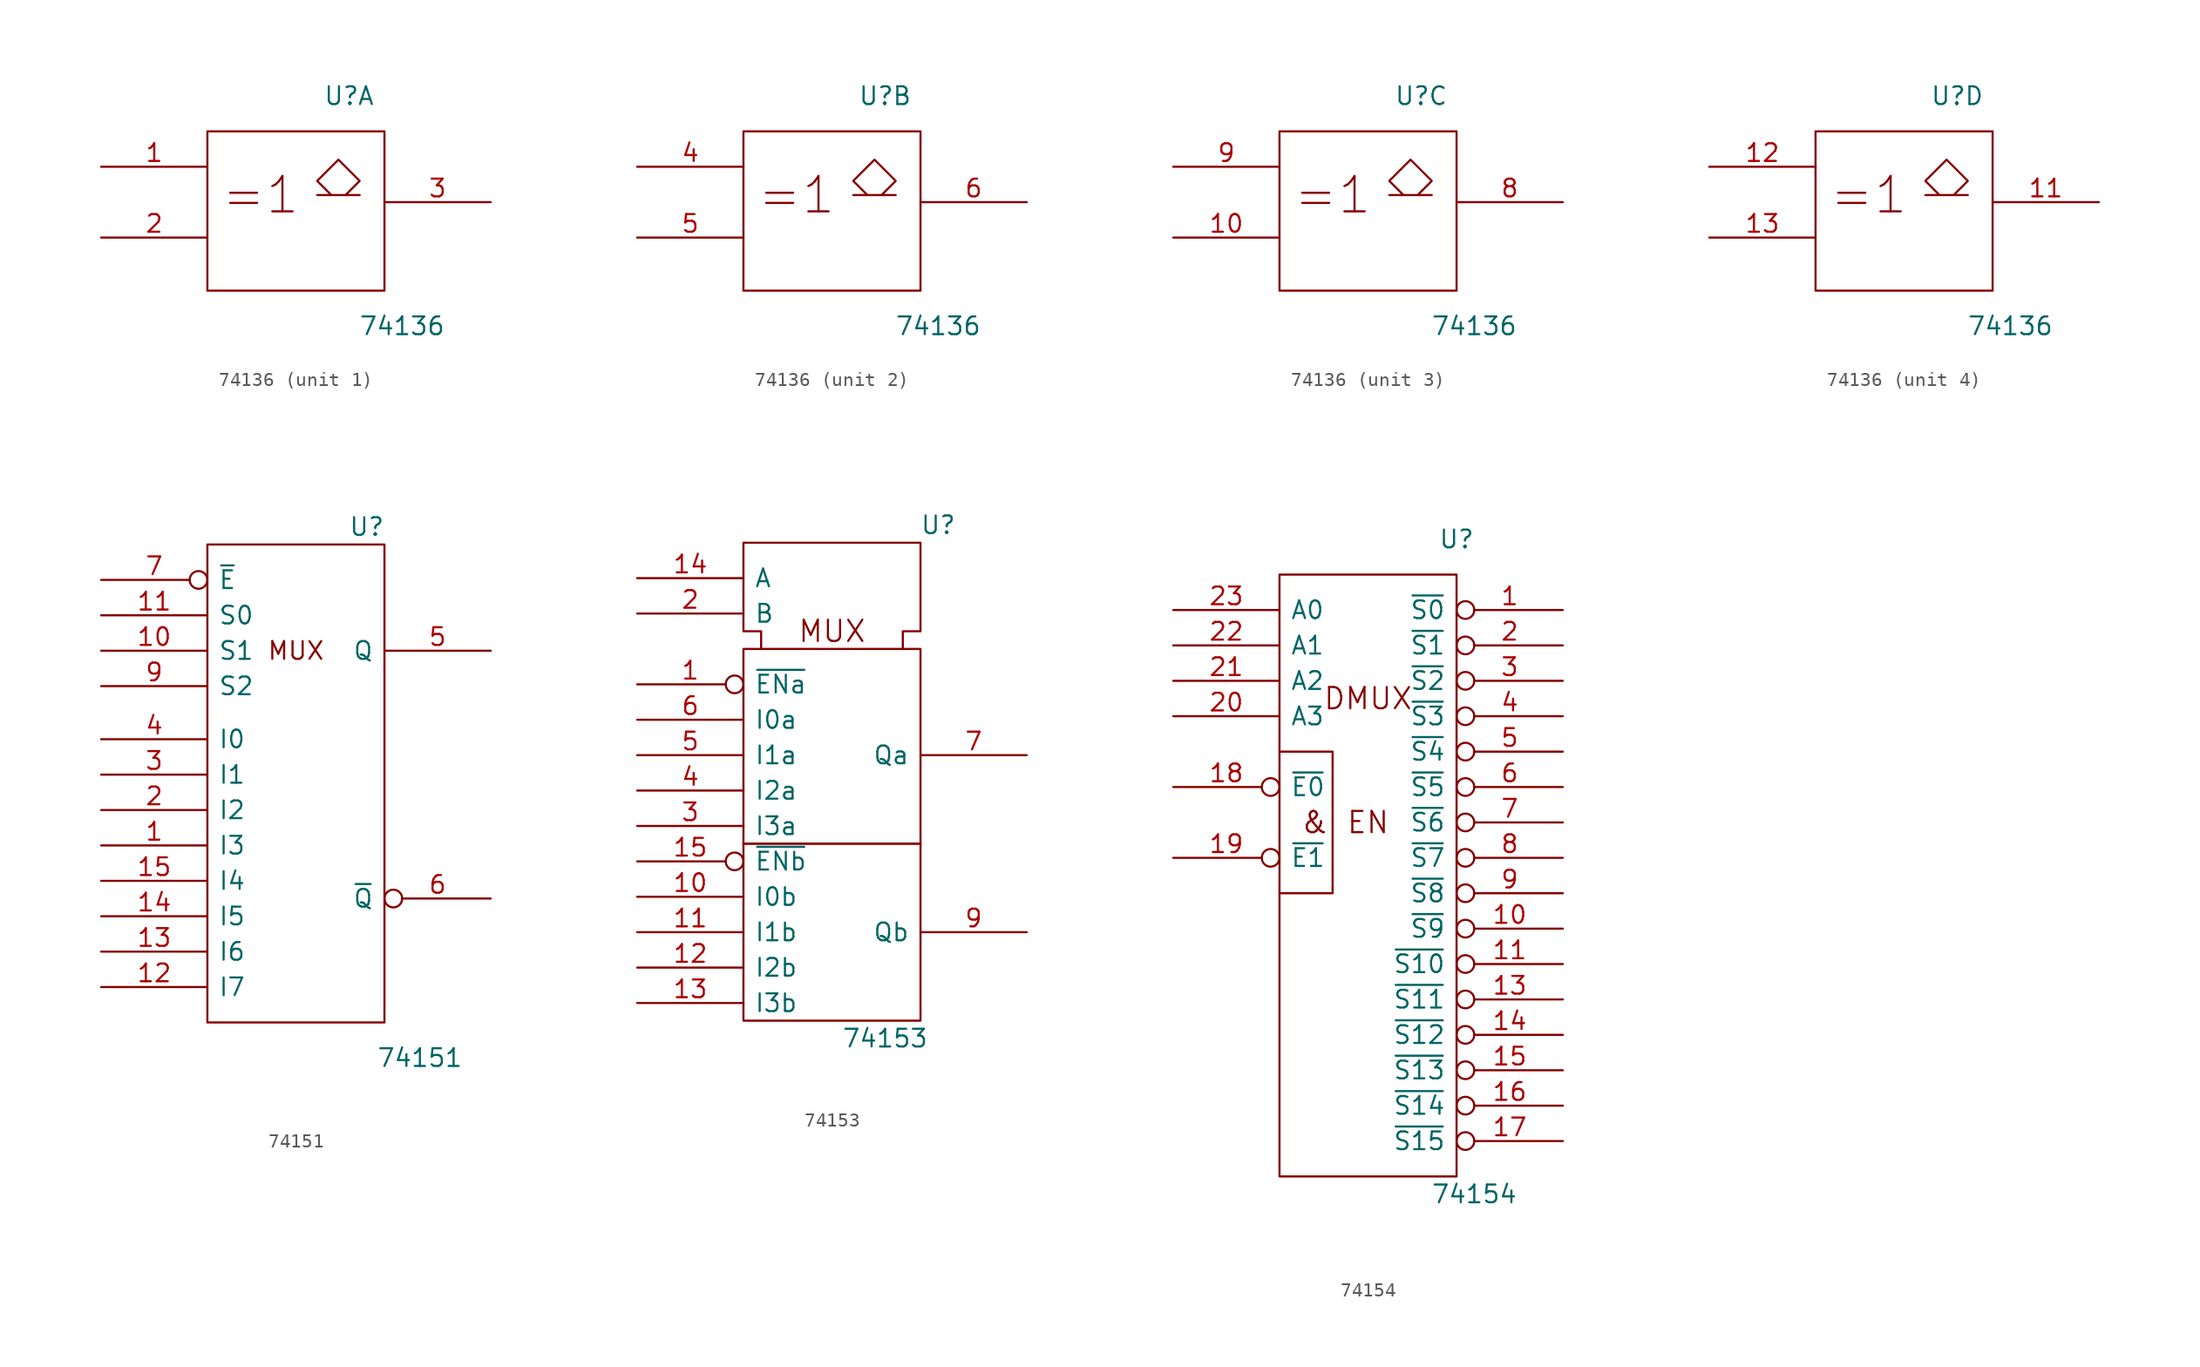
<source format=kicad_sym>
(kicad_symbol_lib
  (version 20201005)
  (generator kicad_symbol_editor)
  (symbol "74xx_IEEE:74136"
    (pin_names
      (offset 0.762))
    (property "Reference" "U"
      (at 3.81 7.62 0)
      (effects (font (size 1.27 1.27))))
    (property "Value" "74136"
      (at 7.62 -8.89 0)
      (effects (font (size 1.27 1.27))))
    (symbol "74136_0_1"
      (text "=1" (at -2.54 0.508 0) (effects (font (size 2.54 2.54))))
      (rectangle (start -6.35 5.08) (end 6.35 -6.35) (stroke (width 0)) (fill (type none)))
      (polyline (pts (xy 3.556 0.508) (xy 4.572 1.524) (xy 3.048 3.048) (xy 1.524 1.524) (xy 2.54 0.508) (xy 1.524 0.508) (xy 4.572 0.508) (xy 4.572 0.508)) (stroke (width 0)) (fill (type none)))
      (pin power_in line (at 0 5.08 270) (length 0) hide (name "Vcc" (effects (font (size 1.27 1.27)))) (number "14" (effects (font (size 1.27 1.27)))))
      (pin power_in line (at 0 -6.35 90) (length 0) hide (name "Gnd" (effects (font (size 1.27 1.27)))) (number "7" (effects (font (size 1.27 1.27))))))
    (symbol "74136_1_1"
      (pin input line (at -13.97 2.54 0) (length 7.62) (name "~" (effects (font (size 1.27 1.27)))) (number "1" (effects (font (size 1.27 1.27)))))
      (pin input line (at -13.97 -2.54 0) (length 7.62) (name "~" (effects (font (size 1.27 1.27)))) (number "2" (effects (font (size 1.27 1.27)))))
      (pin open_collector line (at 13.97 0 180) (length 7.62) (name "~" (effects (font (size 1.27 1.27)))) (number "3" (effects (font (size 1.27 1.27))))))
    (symbol "74136_2_1"
      (pin input line (at -13.97 2.54 0) (length 7.62) (name "~" (effects (font (size 1.27 1.27)))) (number "4" (effects (font (size 1.27 1.27)))))
      (pin input line (at -13.97 -2.54 0) (length 7.62) (name "~" (effects (font (size 1.27 1.27)))) (number "5" (effects (font (size 1.27 1.27)))))
      (pin open_collector line (at 13.97 0 180) (length 7.62) (name "~" (effects (font (size 1.27 1.27)))) (number "6" (effects (font (size 1.27 1.27))))))
    (symbol "74136_3_1"
      (pin input line (at -13.97 -2.54 0) (length 7.62) (name "~" (effects (font (size 1.27 1.27)))) (number "10" (effects (font (size 1.27 1.27)))))
      (pin open_collector line (at 13.97 0 180) (length 7.62) (name "~" (effects (font (size 1.27 1.27)))) (number "8" (effects (font (size 1.27 1.27)))))
      (pin input line (at -13.97 2.54 0) (length 7.62) (name "~" (effects (font (size 1.27 1.27)))) (number "9" (effects (font (size 1.27 1.27))))))
    (symbol "74136_4_1"
      (pin open_collector line (at 13.97 0 180) (length 7.62) (name "~" (effects (font (size 1.27 1.27)))) (number "11" (effects (font (size 1.27 1.27)))))
      (pin input line (at -13.97 2.54 0) (length 7.62) (name "~" (effects (font (size 1.27 1.27)))) (number "12" (effects (font (size 1.27 1.27)))))
      (pin input line (at -13.97 -2.54 0) (length 7.62) (name "~" (effects (font (size 1.27 1.27)))) (number "13" (effects (font (size 1.27 1.27)))))))
  (symbol "74xx_IEEE:74151"
    (pin_names
      (offset 0.762))
    (property "Reference" "U"
      (at 5.08 17.78 0)
      (effects (font (size 1.27 1.27))))
    (property "Value" "74151"
      (at 8.89 -20.32 0)
      (effects (font (size 1.27 1.27))))
    (symbol "74151_0_0"
      (text "MUX" (at 0 8.89 0) (effects (font (size 1.27 1.27))))
      (rectangle (start -6.35 16.51) (end 6.35 -17.78) (stroke (width 0)) (fill (type none)))
      (pin power_in line (at 0 16.51 270) (length 0) hide (name "VCC" (effects (font (size 1.27 1.27)))) (number "16" (effects (font (size 1.27 1.27)))))
      (pin power_in line (at 0 -17.78 90) (length 0) hide (name "GND" (effects (font (size 1.27 1.27)))) (number "8" (effects (font (size 1.27 1.27))))))
    (symbol "74151_1_1"
      (pin input line (at -13.97 -5.08 0) (length 7.62) (name "I3" (effects (font (size 1.27 1.27)))) (number "1" (effects (font (size 1.27 1.27)))))
      (pin input line (at -13.97 8.89 0) (length 7.62) (name "S1" (effects (font (size 1.27 1.27)))) (number "10" (effects (font (size 1.27 1.27)))))
      (pin input line (at -13.97 11.43 0) (length 7.62) (name "S0" (effects (font (size 1.27 1.27)))) (number "11" (effects (font (size 1.27 1.27)))))
      (pin input line (at -13.97 -15.24 0) (length 7.62) (name "I7" (effects (font (size 1.27 1.27)))) (number "12" (effects (font (size 1.27 1.27)))))
      (pin input line (at -13.97 -12.7 0) (length 7.62) (name "I6" (effects (font (size 1.27 1.27)))) (number "13" (effects (font (size 1.27 1.27)))))
      (pin input line (at -13.97 -10.16 0) (length 7.62) (name "I5" (effects (font (size 1.27 1.27)))) (number "14" (effects (font (size 1.27 1.27)))))
      (pin input line (at -13.97 -7.62 0) (length 7.62) (name "I4" (effects (font (size 1.27 1.27)))) (number "15" (effects (font (size 1.27 1.27)))))
      (pin input line (at -13.97 -2.54 0) (length 7.62) (name "I2" (effects (font (size 1.27 1.27)))) (number "2" (effects (font (size 1.27 1.27)))))
      (pin input line (at -13.97 0 0) (length 7.62) (name "I1" (effects (font (size 1.27 1.27)))) (number "3" (effects (font (size 1.27 1.27)))))
      (pin input line (at -13.97 2.54 0) (length 7.62) (name "I0" (effects (font (size 1.27 1.27)))) (number "4" (effects (font (size 1.27 1.27)))))
      (pin output line (at 13.97 8.89 180) (length 7.62) (name "Q" (effects (font (size 1.27 1.27)))) (number "5" (effects (font (size 1.27 1.27)))))
      (pin output inverted (at 13.97 -8.89 180) (length 7.62) (name "~Q" (effects (font (size 1.27 1.27)))) (number "6" (effects (font (size 1.27 1.27)))))
      (pin input inverted (at -13.97 13.97 0) (length 7.62) (name "~E" (effects (font (size 1.27 1.27)))) (number "7" (effects (font (size 1.27 1.27)))))
      (pin input line (at -13.97 6.35 0) (length 7.62) (name "S2" (effects (font (size 1.27 1.27)))) (number "9" (effects (font (size 1.27 1.27)))))))
  (symbol "74xx_IEEE:74153"
    (pin_names
      (offset 0.762))
    (property "Reference" "U"
      (at 7.62 20.32 0)
      (effects (font (size 1.27 1.27))))
    (property "Value" "74153"
      (at 3.81 -16.51 0)
      (effects (font (size 1.27 1.27))))
    (symbol "74153_0_0"
      (text "MUX" (at 0 12.7 0) (effects (font (size 1.524 1.524))))
      (rectangle (start -6.35 -2.54) (end 6.35 -15.24) (stroke (width 0)) (fill (type none)))
      (rectangle (start -6.35 11.43) (end 6.35 -2.54) (stroke (width 0)) (fill (type none)))
      (polyline (pts (xy -5.08 11.43) (xy -5.08 12.7) (xy -6.35 12.7) (xy -6.35 19.05) (xy 6.35 19.05) (xy 6.35 12.7) (xy 5.08 12.7) (xy 5.08 11.43) (xy 5.08 11.43)) (stroke (width 0)) (fill (type none)))
      (pin power_in line (at 5.08 19.05 270) (length 0) hide (name "VCC" (effects (font (size 1.27 1.27)))) (number "16" (effects (font (size 1.27 1.27)))))
      (pin power_in line (at 0 19.05 270) (length 0) hide (name "GND" (effects (font (size 1.27 1.27)))) (number "8" (effects (font (size 1.27 1.27))))))
    (symbol "74153_1_1"
      (pin input inverted (at -13.97 8.89 0) (length 7.62) (name "~ENa" (effects (font (size 1.27 1.27)))) (number "1" (effects (font (size 1.27 1.27)))))
      (pin input line (at -13.97 -6.35 0) (length 7.62) (name "I0b" (effects (font (size 1.27 1.27)))) (number "10" (effects (font (size 1.27 1.27)))))
      (pin input line (at -13.97 -8.89 0) (length 7.62) (name "I1b" (effects (font (size 1.27 1.27)))) (number "11" (effects (font (size 1.27 1.27)))))
      (pin input line (at -13.97 -11.43 0) (length 7.62) (name "I2b" (effects (font (size 1.27 1.27)))) (number "12" (effects (font (size 1.27 1.27)))))
      (pin input line (at -13.97 -13.97 0) (length 7.62) (name "I3b" (effects (font (size 1.27 1.27)))) (number "13" (effects (font (size 1.27 1.27)))))
      (pin input line (at -13.97 16.51 0) (length 7.62) (name "A" (effects (font (size 1.27 1.27)))) (number "14" (effects (font (size 1.27 1.27)))))
      (pin input inverted (at -13.97 -3.81 0) (length 7.62) (name "~ENb" (effects (font (size 1.27 1.27)))) (number "15" (effects (font (size 1.27 1.27)))))
      (pin input line (at -13.97 13.97 0) (length 7.62) (name "B" (effects (font (size 1.27 1.27)))) (number "2" (effects (font (size 1.27 1.27)))))
      (pin input line (at -13.97 -1.27 0) (length 7.62) (name "I3a" (effects (font (size 1.27 1.27)))) (number "3" (effects (font (size 1.27 1.27)))))
      (pin input line (at -13.97 1.27 0) (length 7.62) (name "I2a" (effects (font (size 1.27 1.27)))) (number "4" (effects (font (size 1.27 1.27)))))
      (pin input line (at -13.97 3.81 0) (length 7.62) (name "I1a" (effects (font (size 1.27 1.27)))) (number "5" (effects (font (size 1.27 1.27)))))
      (pin input line (at -13.97 6.35 0) (length 7.62) (name "I0a" (effects (font (size 1.27 1.27)))) (number "6" (effects (font (size 1.27 1.27)))))
      (pin output line (at 13.97 3.81 180) (length 7.62) (name "Qa" (effects (font (size 1.27 1.27)))) (number "7" (effects (font (size 1.27 1.27)))))
      (pin output line (at 13.97 -8.89 180) (length 7.62) (name "Qb" (effects (font (size 1.27 1.27)))) (number "9" (effects (font (size 1.27 1.27)))))))
  (symbol "74xx_IEEE:74154"
    (pin_names
      (offset 0.762))
    (property "Reference" "U"
      (at 6.35 25.4 0)
      (effects (font (size 1.27 1.27))))
    (property "Value" "74154"
      (at 7.62 -21.59 0)
      (effects (font (size 1.27 1.27))))
    (symbol "74154_0_0"
      (text "&" (at -3.81 5.08 0) (effects (font (size 1.524 1.524))))
      (text "DMUX" (at 0 13.97 0) (effects (font (size 1.524 1.524))))
      (text "EN" (at 0 5.08 0) (effects (font (size 1.524 1.524))))
      (rectangle (start -6.35 22.86) (end 6.35 -20.32) (stroke (width 0)) (fill (type none)))
      (polyline (pts (xy -6.35 10.16) (xy -2.54 10.16) (xy -2.54 0) (xy -6.35 0) (xy -6.35 0)) (stroke (width 0)) (fill (type none)))
      (pin power_in line (at 0 -20.32 90) (length 0) hide (name "GND" (effects (font (size 1.27 1.27)))) (number "12" (effects (font (size 1.27 1.27)))))
      (pin power_in line (at 0 22.86 270) (length 0) hide (name "VCC" (effects (font (size 1.27 1.27)))) (number "24" (effects (font (size 1.27 1.27))))))
    (symbol "74154_1_1"
      (pin output inverted (at 13.97 20.32 180) (length 7.62) (name "~S0" (effects (font (size 1.27 1.27)))) (number "1" (effects (font (size 1.27 1.27)))))
      (pin output inverted (at 13.97 -2.54 180) (length 7.62) (name "~S9" (effects (font (size 1.27 1.27)))) (number "10" (effects (font (size 1.27 1.27)))))
      (pin output inverted (at 13.97 -5.08 180) (length 7.62) (name "~S10" (effects (font (size 1.27 1.27)))) (number "11" (effects (font (size 1.27 1.27)))))
      (pin output inverted (at 13.97 -7.62 180) (length 7.62) (name "~S11" (effects (font (size 1.27 1.27)))) (number "13" (effects (font (size 1.27 1.27)))))
      (pin output inverted (at 13.97 -10.16 180) (length 7.62) (name "~S12" (effects (font (size 1.27 1.27)))) (number "14" (effects (font (size 1.27 1.27)))))
      (pin input inverted (at 13.97 -12.7 180) (length 7.62) (name "~S13" (effects (font (size 1.27 1.27)))) (number "15" (effects (font (size 1.27 1.27)))))
      (pin output inverted (at 13.97 -15.24 180) (length 7.62) (name "~S14" (effects (font (size 1.27 1.27)))) (number "16" (effects (font (size 1.27 1.27)))))
      (pin output inverted (at 13.97 -17.78 180) (length 7.62) (name "~S15" (effects (font (size 1.27 1.27)))) (number "17" (effects (font (size 1.27 1.27)))))
      (pin input inverted (at -13.97 7.62 0) (length 7.62) (name "~E0" (effects (font (size 1.27 1.27)))) (number "18" (effects (font (size 1.27 1.27)))))
      (pin input inverted (at -13.97 2.54 0) (length 7.62) (name "~E1" (effects (font (size 1.27 1.27)))) (number "19" (effects (font (size 1.27 1.27)))))
      (pin output inverted (at 13.97 17.78 180) (length 7.62) (name "~S1" (effects (font (size 1.27 1.27)))) (number "2" (effects (font (size 1.27 1.27)))))
      (pin input line (at -13.97 12.7 0) (length 7.62) (name "A3" (effects (font (size 1.27 1.27)))) (number "20" (effects (font (size 1.27 1.27)))))
      (pin input line (at -13.97 15.24 0) (length 7.62) (name "A2" (effects (font (size 1.27 1.27)))) (number "21" (effects (font (size 1.27 1.27)))))
      (pin input line (at -13.97 17.78 0) (length 7.62) (name "A1" (effects (font (size 1.27 1.27)))) (number "22" (effects (font (size 1.27 1.27)))))
      (pin input line (at -13.97 20.32 0) (length 7.62) (name "A0" (effects (font (size 1.27 1.27)))) (number "23" (effects (font (size 1.27 1.27)))))
      (pin output inverted (at 13.97 15.24 180) (length 7.62) (name "~S2" (effects (font (size 1.27 1.27)))) (number "3" (effects (font (size 1.27 1.27)))))
      (pin output inverted (at 13.97 12.7 180) (length 7.62) (name "~S3" (effects (font (size 1.27 1.27)))) (number "4" (effects (font (size 1.27 1.27)))))
      (pin output inverted (at 13.97 10.16 180) (length 7.62) (name "~S4" (effects (font (size 1.27 1.27)))) (number "5" (effects (font (size 1.27 1.27)))))
      (pin output inverted (at 13.97 7.62 180) (length 7.62) (name "~S5" (effects (font (size 1.27 1.27)))) (number "6" (effects (font (size 1.27 1.27)))))
      (pin output inverted (at 13.97 5.08 180) (length 7.62) (name "~S6" (effects (font (size 1.27 1.27)))) (number "7" (effects (font (size 1.27 1.27)))))
      (pin output inverted (at 13.97 2.54 180) (length 7.62) (name "~S7" (effects (font (size 1.27 1.27)))) (number "8" (effects (font (size 1.27 1.27)))))
      (pin output inverted (at 13.97 0 180) (length 7.62) (name "~S8" (effects (font (size 1.27 1.27)))) (number "9" (effects (font (size 1.27 1.27))))))))
</source>
